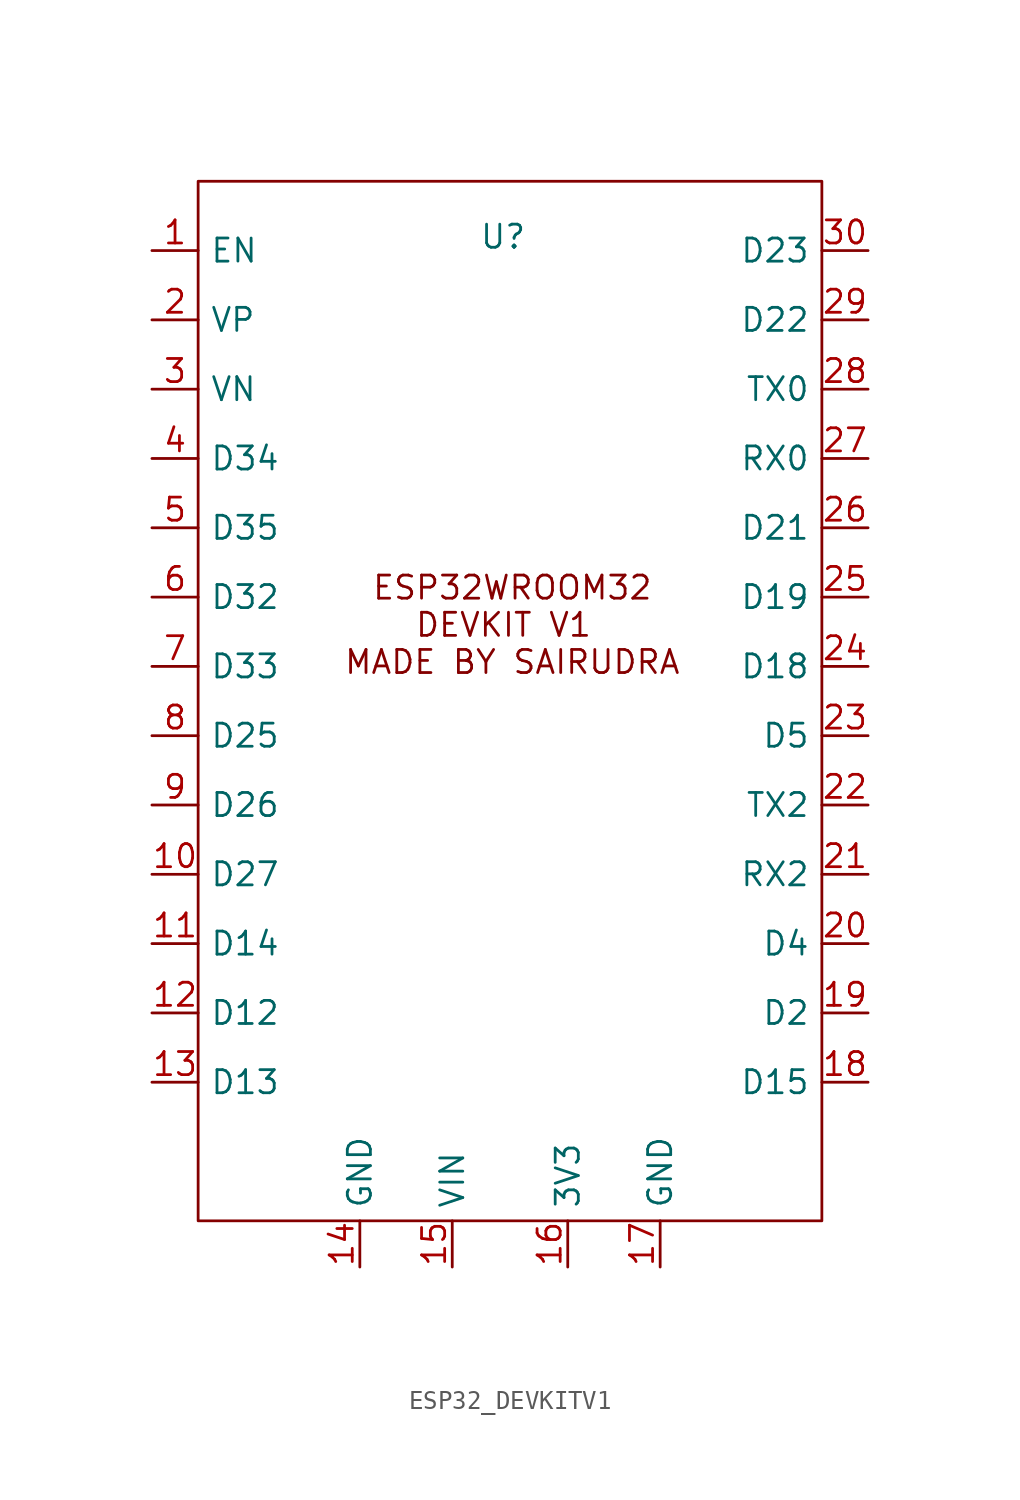
<source format=kicad_sym>
(kicad_symbol_lib
  (version 20231120)
  (generator "kicad_symbol_editor")
  (generator_version "8.0")
  (symbol "ESP32_DEVKITV1"
    (pin_names
      (offset 0.635))
    (property "Reference" "U"
      (at 0.254 19.812 0)
      (effects (font (size 1.27 1.27))))
    (property "Value" ""
      (at 0 0 0)
      (effects (font (size 1.27 1.27))))
    (symbol "ESP32_DEVKITV1_0_1"
      (rectangle (start -16.51 22.86) (end 17.78 -34.29) (stroke (width 0) (type default)) (fill (type none))))
    (symbol "ESP32_DEVKITV1_1_1"
      (text "ESP32WROOM32\nDEVKIT V1 \nMADE BY SAIRUDRA\n" (at 0.762 -1.524 0) (effects (font (size 1.27 1.27))))
      (pin bidirectional line (at -19.05 19.05 0) (length 2.54) (name "EN" (effects (font (size 1.27 1.27)))) (number "1" (effects (font (size 1.27 1.27)))))
      (pin bidirectional line (at -19.05 -15.24 0) (length 2.54) (name "D27" (effects (font (size 1.27 1.27)))) (number "10" (effects (font (size 1.27 1.27)))))
      (pin bidirectional line (at -19.05 -19.05 0) (length 2.54) (name "D14" (effects (font (size 1.27 1.27)))) (number "11" (effects (font (size 1.27 1.27)))))
      (pin bidirectional line (at -19.05 -22.86 0) (length 2.54) (name "D12" (effects (font (size 1.27 1.27)))) (number "12" (effects (font (size 1.27 1.27)))))
      (pin bidirectional line (at -19.05 -26.67 0) (length 2.54) (name "D13" (effects (font (size 1.27 1.27)))) (number "13" (effects (font (size 1.27 1.27)))))
      (pin bidirectional line (at -7.62 -36.83 90) (length 2.54) (name "GND" (effects (font (size 1.27 1.27)))) (number "14" (effects (font (size 1.27 1.27)))))
      (pin input line (at -2.54 -36.83 90) (length 2.54) (name "VIN" (effects (font (size 1.27 1.27)))) (number "15" (effects (font (size 1.27 1.27)))))
      (pin input line (at 3.81 -36.83 90) (length 2.54) (name "3V3" (effects (font (size 1.27 1.27)))) (number "16" (effects (font (size 1.27 1.27)))))
      (pin bidirectional line (at 8.89 -36.83 90) (length 2.54) (name "GND" (effects (font (size 1.27 1.27)))) (number "17" (effects (font (size 1.27 1.27)))))
      (pin bidirectional line (at 20.32 -26.67 180) (length 2.54) (name "D15" (effects (font (size 1.27 1.27)))) (number "18" (effects (font (size 1.27 1.27)))))
      (pin bidirectional line (at 20.32 -22.86 180) (length 2.54) (name "D2" (effects (font (size 1.27 1.27)))) (number "19" (effects (font (size 1.27 1.27)))))
      (pin bidirectional line (at -19.05 15.24 0) (length 2.54) (name "VP" (effects (font (size 1.27 1.27)))) (number "2" (effects (font (size 1.27 1.27)))))
      (pin bidirectional line (at 20.32 -19.05 180) (length 2.54) (name "D4" (effects (font (size 1.27 1.27)))) (number "20" (effects (font (size 1.27 1.27)))))
      (pin bidirectional line (at 20.32 -15.24 180) (length 2.54) (name "RX2" (effects (font (size 1.27 1.27)))) (number "21" (effects (font (size 1.27 1.27)))))
      (pin bidirectional line (at 20.32 -11.43 180) (length 2.54) (name "TX2" (effects (font (size 1.27 1.27)))) (number "22" (effects (font (size 1.27 1.27)))))
      (pin bidirectional line (at 20.32 -7.62 180) (length 2.54) (name "D5" (effects (font (size 1.27 1.27)))) (number "23" (effects (font (size 1.27 1.27)))))
      (pin bidirectional line (at 20.32 -3.81 180) (length 2.54) (name "D18" (effects (font (size 1.27 1.27)))) (number "24" (effects (font (size 1.27 1.27)))))
      (pin bidirectional line (at 20.32 0 180) (length 2.54) (name "D19" (effects (font (size 1.27 1.27)))) (number "25" (effects (font (size 1.27 1.27)))))
      (pin bidirectional line (at 20.32 3.81 180) (length 2.54) (name "D21" (effects (font (size 1.27 1.27)))) (number "26" (effects (font (size 1.27 1.27)))))
      (pin bidirectional line (at 20.32 7.62 180) (length 2.54) (name "RX0" (effects (font (size 1.27 1.27)))) (number "27" (effects (font (size 1.27 1.27)))))
      (pin bidirectional line (at 20.32 11.43 180) (length 2.54) (name "TX0" (effects (font (size 1.27 1.27)))) (number "28" (effects (font (size 1.27 1.27)))))
      (pin bidirectional line (at 20.32 15.24 180) (length 2.54) (name "D22" (effects (font (size 1.27 1.27)))) (number "29" (effects (font (size 1.27 1.27)))))
      (pin bidirectional line (at -19.05 11.43 0) (length 2.54) (name "VN" (effects (font (size 1.27 1.27)))) (number "3" (effects (font (size 1.27 1.27)))))
      (pin bidirectional line (at 20.32 19.05 180) (length 2.54) (name "D23" (effects (font (size 1.27 1.27)))) (number "30" (effects (font (size 1.27 1.27)))))
      (pin bidirectional line (at -19.05 7.62 0) (length 2.54) (name "D34" (effects (font (size 1.27 1.27)))) (number "4" (effects (font (size 1.27 1.27)))))
      (pin bidirectional line (at -19.05 3.81 0) (length 2.54) (name "D35" (effects (font (size 1.27 1.27)))) (number "5" (effects (font (size 1.27 1.27)))))
      (pin bidirectional line (at -19.05 0 0) (length 2.54) (name "D32" (effects (font (size 1.27 1.27)))) (number "6" (effects (font (size 1.27 1.27)))))
      (pin bidirectional line (at -19.05 -3.81 0) (length 2.54) (name "D33" (effects (font (size 1.27 1.27)))) (number "7" (effects (font (size 1.27 1.27)))))
      (pin bidirectional line (at -19.05 -7.62 0) (length 2.54) (name "D25" (effects (font (size 1.27 1.27)))) (number "8" (effects (font (size 1.27 1.27)))))
      (pin bidirectional line (at -19.05 -11.43 0) (length 2.54) (name "D26" (effects (font (size 1.27 1.27)))) (number "9" (effects (font (size 1.27 1.27))))))))
</source>
